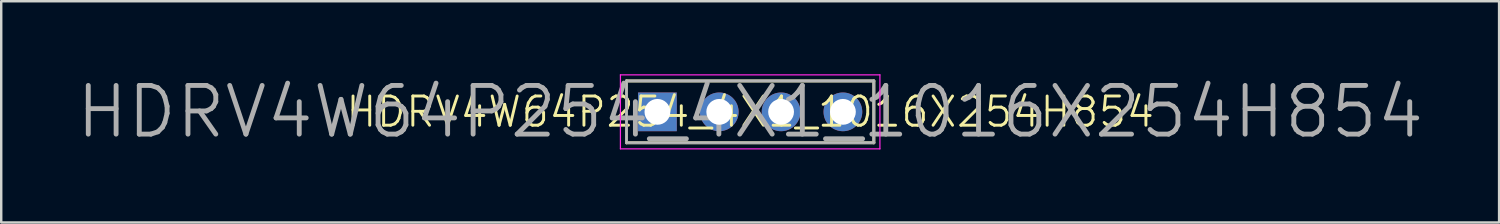
<source format=kicad_pcb>
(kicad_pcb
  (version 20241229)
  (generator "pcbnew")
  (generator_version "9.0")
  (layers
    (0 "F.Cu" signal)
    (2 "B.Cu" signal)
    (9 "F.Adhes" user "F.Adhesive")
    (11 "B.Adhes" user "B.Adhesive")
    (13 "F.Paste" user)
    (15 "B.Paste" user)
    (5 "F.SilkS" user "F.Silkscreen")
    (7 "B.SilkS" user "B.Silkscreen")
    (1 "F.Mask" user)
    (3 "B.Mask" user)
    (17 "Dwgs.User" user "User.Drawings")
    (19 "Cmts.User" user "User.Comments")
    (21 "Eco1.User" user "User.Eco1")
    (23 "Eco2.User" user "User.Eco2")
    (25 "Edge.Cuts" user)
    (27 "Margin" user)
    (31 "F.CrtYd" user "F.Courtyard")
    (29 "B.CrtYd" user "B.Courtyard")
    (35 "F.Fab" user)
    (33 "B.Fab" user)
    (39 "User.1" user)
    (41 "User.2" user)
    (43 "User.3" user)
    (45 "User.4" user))
  (footprint "HDRV4W64P254_4X1_1016X254H854"
    (layer "F.Cu")
    (at 23.957 1.545)
    (property "Reference" "HDRV4W64P254_4X1_1016X254H854" (at 3.81 0 0) (layer "F.SilkS") (effects (font (size 1.2 1.2) (thickness 0.12))))
    (attr through_hole)
    (fp_line (start -1.27 -1.27) (end 8.89 -1.27) (stroke (width 0.12) (type solid)) (layer "F.SilkS"))
    (fp_line (start -1.27 1.27) (end -1.27 -1.27) (stroke (width 0.12) (type solid)) (layer "F.SilkS"))
    (fp_line (start 8.89 -1.27) (end 8.89 1.27) (stroke (width 0.12) (type solid)) (layer "F.SilkS"))
    (fp_line (start 8.89 1.27) (end -1.27 1.27) (stroke (width 0.12) (type solid)) (layer "F.SilkS"))
    (fp_line (start -1.27 -1.27) (end 8.89 -1.27) (stroke (width 0.025) (type solid)) (layer "Dwgs.User"))
    (fp_line (start -1.27 1.27) (end -1.27 -1.27) (stroke (width 0.025) (type solid)) (layer "Dwgs.User"))
    (fp_line (start -0.32 -0.32) (end 0.32 -0.32) (stroke (width 0.025) (type solid)) (layer "Dwgs.User"))
    (fp_line (start -0.32 0.32) (end -0.32 -0.32) (stroke (width 0.025) (type solid)) (layer "Dwgs.User"))
    (fp_line (start 0.32 -0.32) (end 0.32 0.32) (stroke (width 0.025) (type solid)) (layer "Dwgs.User"))
    (fp_line (start 0.32 0.32) (end -0.32 0.32) (stroke (width 0.025) (type solid)) (layer "Dwgs.User"))
    (fp_line (start 2.22 -0.32) (end 2.86 -0.32) (stroke (width 0.025) (type solid)) (layer "Dwgs.User"))
    (fp_line (start 2.22 0.32) (end 2.22 -0.32) (stroke (width 0.025) (type solid)) (layer "Dwgs.User"))
    (fp_line (start 2.86 -0.32) (end 2.86 0.32) (stroke (width 0.025) (type solid)) (layer "Dwgs.User"))
    (fp_line (start 2.86 0.32) (end 2.22 0.32) (stroke (width 0.025) (type solid)) (layer "Dwgs.User"))
    (fp_line (start 4.76 -0.32) (end 5.4 -0.32) (stroke (width 0.025) (type solid)) (layer "Dwgs.User"))
    (fp_line (start 4.76 0.32) (end 4.76 -0.32) (stroke (width 0.025) (type solid)) (layer "Dwgs.User"))
    (fp_line (start 5.4 -0.32) (end 5.4 0.32) (stroke (width 0.025) (type solid)) (layer "Dwgs.User"))
    (fp_line (start 5.4 0.32) (end 4.76 0.32) (stroke (width 0.025) (type solid)) (layer "Dwgs.User"))
    (fp_line (start 7.3 -0.32) (end 7.94 -0.32) (stroke (width 0.025) (type solid)) (layer "Dwgs.User"))
    (fp_line (start 7.3 0.32) (end 7.3 -0.32) (stroke (width 0.025) (type solid)) (layer "Dwgs.User"))
    (fp_line (start 7.94 -0.32) (end 7.94 0.32) (stroke (width 0.025) (type solid)) (layer "Dwgs.User"))
    (fp_line (start 7.94 0.32) (end 7.3 0.32) (stroke (width 0.025) (type solid)) (layer "Dwgs.User"))
    (fp_line (start 8.89 -1.27) (end 8.89 1.27) (stroke (width 0.025) (type solid)) (layer "Dwgs.User"))
    (fp_line (start 8.89 1.27) (end -1.27 1.27) (stroke (width 0.025) (type solid)) (layer "Dwgs.User"))
    (fp_line (start -1.52 -1.52) (end 9.14 -1.52) (stroke (width 0.05) (type solid)) (layer "F.CrtYd"))
    (fp_line (start -1.52 1.52) (end -1.52 -1.52) (stroke (width 0.05) (type solid)) (layer "F.CrtYd"))
    (fp_line (start 9.14 -1.52) (end 9.14 1.52) (stroke (width 0.05) (type solid)) (layer "F.CrtYd"))
    (fp_line (start 9.14 1.52) (end -1.52 1.52) (stroke (width 0.05) (type solid)) (layer "F.CrtYd"))
    (fp_line (start -1.27 -1.27) (end 8.89 -1.27) (stroke (width 0.12) (type solid)) (layer "F.Fab"))
    (fp_line (start -1.27 1.27) (end -1.27 -1.27) (stroke (width 0.12) (type solid)) (layer "F.Fab"))
    (fp_line (start 8.89 -1.27) (end 8.89 1.27) (stroke (width 0.12) (type solid)) (layer "F.Fab"))
    (fp_line (start 8.89 1.27) (end -1.27 1.27) (stroke (width 0.12) (type solid)) (layer "F.Fab"))
    (fp_text user "${REFERENCE}" (at 3.81 0 0) (layer "F.Fab") (effects (font (size 2 2) (thickness 0.2))))
    (pad "1" thru_hole rect (at 0 0) (size 1.59 1.59) (drill 1.06) (layers "*.Cu" "*.Mask"))
    (pad "2" thru_hole circle (at 2.54 0) (size 1.59 1.59) (drill 1.06) (layers "*.Cu" "*.Mask"))
    (pad "3" thru_hole circle (at 5.08 0) (size 1.59 1.59) (drill 1.06) (layers "*.Cu" "*.Mask"))
    (pad "4" thru_hole circle (at 7.62 0) (size 1.59 1.59) (drill 1.06) (layers "*.Cu" "*.Mask")))
  (gr_rect
    (start -3 -3)
    (end 58.533 6.09)
    (stroke (width 0.1) (type default))
    (fill no)
    (layer "Edge.Cuts")))
</source>
